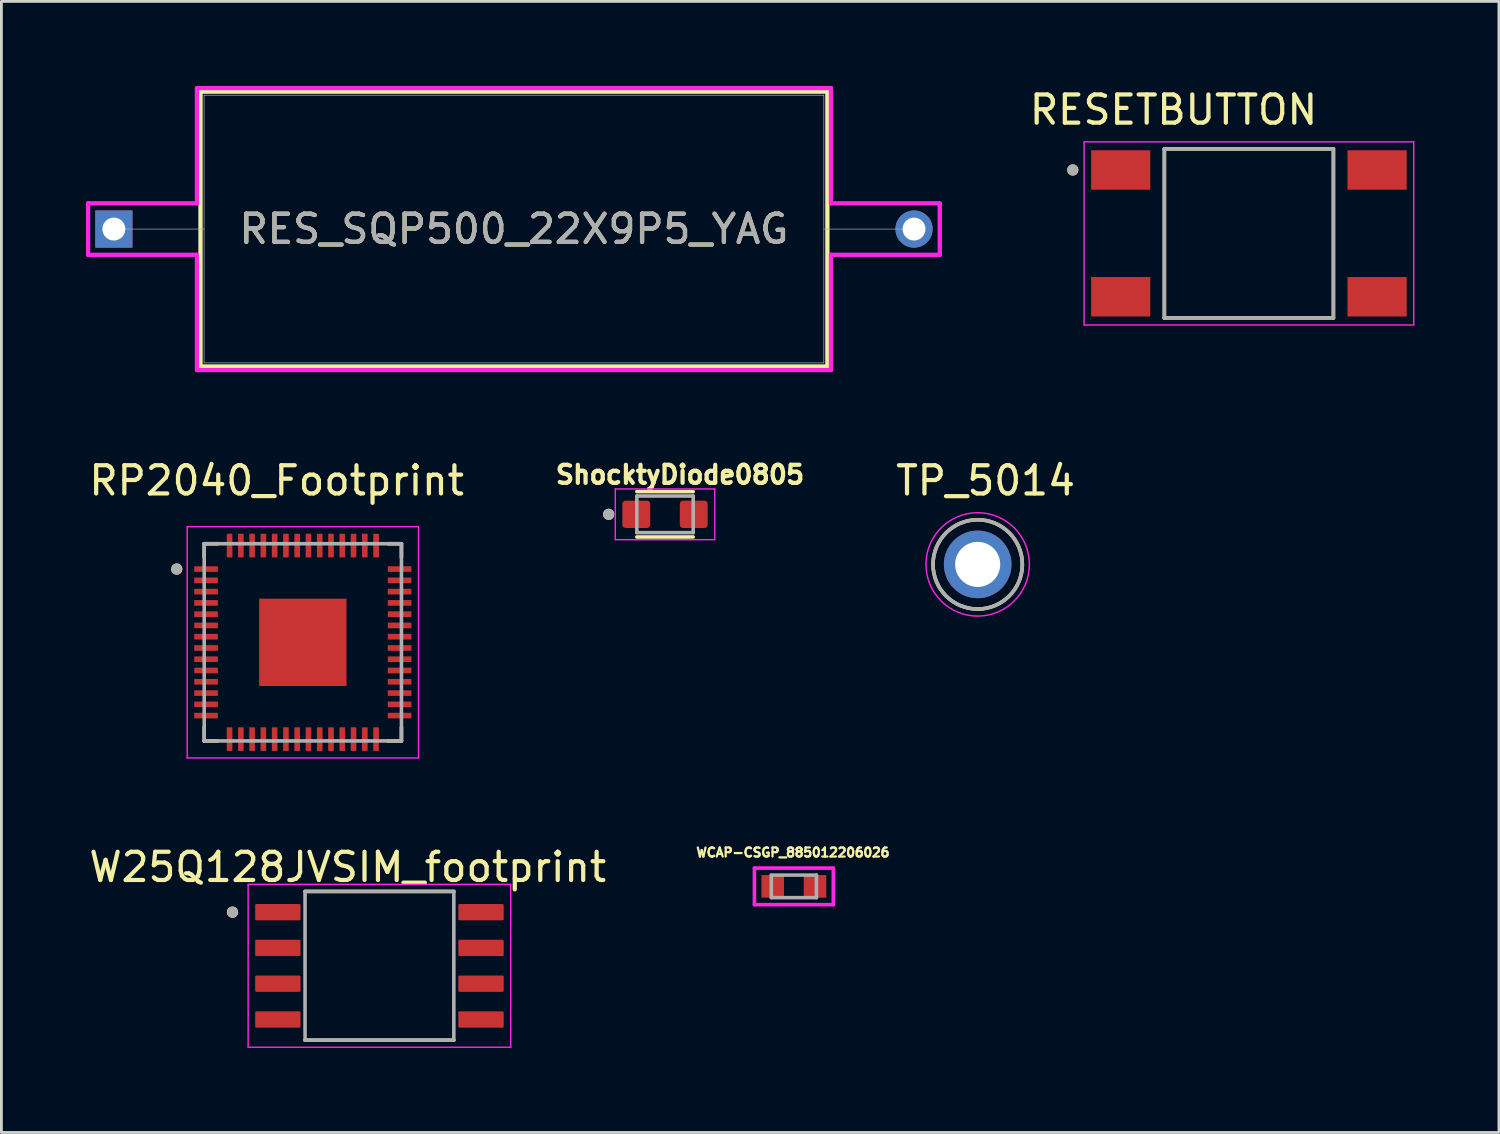
<source format=kicad_pcb>
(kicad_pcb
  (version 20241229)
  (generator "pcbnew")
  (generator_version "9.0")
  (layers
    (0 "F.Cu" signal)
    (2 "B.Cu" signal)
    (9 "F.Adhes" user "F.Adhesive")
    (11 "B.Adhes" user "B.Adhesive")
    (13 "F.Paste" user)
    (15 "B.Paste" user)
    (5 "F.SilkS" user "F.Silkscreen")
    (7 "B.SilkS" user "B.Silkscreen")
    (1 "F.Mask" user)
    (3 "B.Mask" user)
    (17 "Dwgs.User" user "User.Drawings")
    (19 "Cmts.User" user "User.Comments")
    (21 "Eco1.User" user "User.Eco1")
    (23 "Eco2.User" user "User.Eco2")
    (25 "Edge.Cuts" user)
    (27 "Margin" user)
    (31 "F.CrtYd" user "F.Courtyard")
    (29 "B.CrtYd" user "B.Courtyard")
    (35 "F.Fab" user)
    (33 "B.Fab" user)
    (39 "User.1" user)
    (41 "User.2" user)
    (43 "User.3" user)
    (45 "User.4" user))
  (footprint "RESETBUTTON"
    (layer "F.Cu")
    (at 41.276 5.233)
    (property "Reference" "RESETBUTTON" (at -2.675 -4.385 0) (layer "F.SilkS") (effects (font (size 1 1) (thickness 0.15))))
    (attr smd)
    (fp_line (start -3 -3) (end -3 3) (stroke (width 0.127) (type solid)) (layer "F.SilkS"))
    (fp_line (start -3 3) (end 3 3) (stroke (width 0.127) (type solid)) (layer "F.SilkS"))
    (fp_line (start 3 -3) (end -3 -3) (stroke (width 0.127) (type solid)) (layer "F.SilkS"))
    (fp_line (start 3 3) (end 3 -3) (stroke (width 0.127) (type solid)) (layer "F.SilkS"))
    (fp_circle (center -6.25 -2.25) (end -6.15 -2.25) (stroke (width 0.2) (type solid)) (fill no) (layer "F.SilkS"))
    (fp_line (start -5.85 -3.25) (end -5.85 3.25) (stroke (width 0.05) (type solid)) (layer "F.CrtYd"))
    (fp_line (start -5.85 3.25) (end 5.85 3.25) (stroke (width 0.05) (type solid)) (layer "F.CrtYd"))
    (fp_line (start 5.85 -3.25) (end -5.85 -3.25) (stroke (width 0.05) (type solid)) (layer "F.CrtYd"))
    (fp_line (start 5.85 3.25) (end 5.85 -3.25) (stroke (width 0.05) (type solid)) (layer "F.CrtYd"))
    (fp_line (start -3 -3) (end -3 3) (stroke (width 0.127) (type solid)) (layer "F.Fab"))
    (fp_line (start -3 3) (end 3 3) (stroke (width 0.127) (type solid)) (layer "F.Fab"))
    (fp_line (start 3 -3) (end -3 -3) (stroke (width 0.127) (type solid)) (layer "F.Fab"))
    (fp_line (start 3 3) (end 3 -3) (stroke (width 0.127) (type solid)) (layer "F.Fab"))
    (fp_circle (center -6.25 -2.25) (end -6.15 -2.25) (stroke (width 0.2) (type solid)) (fill no) (layer "F.Fab"))
    (pad "1" smd rect (at -4.55 -2.25) (size 2.1 1.4) (layers "F.Cu" "F.Mask" "F.Paste"))
    (pad "2" smd rect (at -4.55 2.25) (size 2.1 1.4) (layers "F.Cu" "F.Mask" "F.Paste"))
    (pad "3" smd rect (at 4.55 -2.25) (size 2.1 1.4) (layers "F.Cu" "F.Mask" "F.Paste"))
    (pad "4" smd rect (at 4.55 2.25) (size 2.1 1.4) (layers "F.Cu" "F.Mask" "F.Paste")))
  (footprint "RP2040_Footprint"
    (layer "F.Cu")
    (at 7.698 19.748)
    (property "Reference" "RP2040_Footprint" (at -0.93 -5.74 0) (layer "F.SilkS") (effects (font (size 1 1) (thickness 0.15))))
    (attr smd)
    (fp_line (start -3.5 -3.5) (end -3.5 -3.02) (stroke (width 0.127) (type solid)) (layer "F.SilkS"))
    (fp_line (start -3.5 -3.5) (end -3.02 -3.5) (stroke (width 0.127) (type solid)) (layer "F.SilkS"))
    (fp_line (start -3.5 3.5) (end -3.5 3.02) (stroke (width 0.127) (type solid)) (layer "F.SilkS"))
    (fp_line (start -3.5 3.5) (end -3.02 3.5) (stroke (width 0.127) (type solid)) (layer "F.SilkS"))
    (fp_line (start 3.5 -3.5) (end 3.02 -3.5) (stroke (width 0.127) (type solid)) (layer "F.SilkS"))
    (fp_line (start 3.5 -3.5) (end 3.5 -3.02) (stroke (width 0.127) (type solid)) (layer "F.SilkS"))
    (fp_line (start 3.5 3.5) (end 3.02 3.5) (stroke (width 0.127) (type solid)) (layer "F.SilkS"))
    (fp_line (start 3.5 3.5) (end 3.5 3.02) (stroke (width 0.127) (type solid)) (layer "F.SilkS"))
    (fp_circle (center -4.475 -2.6) (end -4.375 -2.6) (stroke (width 0.2) (type solid)) (fill no) (layer "F.SilkS"))
    (fp_poly (pts (xy -0.98 -0.98) (xy 0.98 -0.98) (xy 0.98 0.98) (xy -0.98 0.98)) (stroke (width 0.01) (type solid)) (fill yes) (layer "F.Paste"))
    (fp_line (start -4.105 -4.105) (end 4.105 -4.105) (stroke (width 0.05) (type solid)) (layer "F.CrtYd"))
    (fp_line (start -4.105 4.105) (end -4.105 -4.105) (stroke (width 0.05) (type solid)) (layer "F.CrtYd"))
    (fp_line (start -4.105 4.105) (end 4.105 4.105) (stroke (width 0.05) (type solid)) (layer "F.CrtYd"))
    (fp_line (start 4.105 4.105) (end 4.105 -4.105) (stroke (width 0.05) (type solid)) (layer "F.CrtYd"))
    (fp_line (start -3.5 3.5) (end -3.5 -3.5) (stroke (width 0.127) (type solid)) (layer "F.Fab"))
    (fp_line (start 3.5 -3.5) (end -3.5 -3.5) (stroke (width 0.127) (type solid)) (layer "F.Fab"))
    (fp_line (start 3.5 3.5) (end -3.5 3.5) (stroke (width 0.127) (type solid)) (layer "F.Fab"))
    (fp_line (start 3.5 3.5) (end 3.5 -3.5) (stroke (width 0.127) (type solid)) (layer "F.Fab"))
    (fp_circle (center -4.475 -2.6) (end -4.375 -2.6) (stroke (width 0.2) (type solid)) (fill no) (layer "F.Fab"))
    (pad "1" smd roundrect (at -3.435 -2.6) (size 0.84 0.2) (layers "F.Cu" "F.Mask" "F.Paste") (roundrect_rratio 0.03))
    (pad "2" smd roundrect (at -3.435 -2.2) (size 0.84 0.2) (layers "F.Cu" "F.Mask" "F.Paste") (roundrect_rratio 0.03))
    (pad "3" smd roundrect (at -3.435 -1.8) (size 0.84 0.2) (layers "F.Cu" "F.Mask" "F.Paste") (roundrect_rratio 0.03))
    (pad "4" smd roundrect (at -3.435 -1.4) (size 0.84 0.2) (layers "F.Cu" "F.Mask" "F.Paste") (roundrect_rratio 0.03))
    (pad "5" smd roundrect (at -3.435 -1) (size 0.84 0.2) (layers "F.Cu" "F.Mask" "F.Paste") (roundrect_rratio 0.03))
    (pad "6" smd roundrect (at -3.435 -0.6) (size 0.84 0.2) (layers "F.Cu" "F.Mask" "F.Paste") (roundrect_rratio 0.03))
    (pad "7" smd roundrect (at -3.435 -0.2) (size 0.84 0.2) (layers "F.Cu" "F.Mask" "F.Paste") (roundrect_rratio 0.03))
    (pad "8" smd roundrect (at -3.435 0.2) (size 0.84 0.2) (layers "F.Cu" "F.Mask" "F.Paste") (roundrect_rratio 0.03))
    (pad "9" smd roundrect (at -3.435 0.6) (size 0.84 0.2) (layers "F.Cu" "F.Mask" "F.Paste") (roundrect_rratio 0.03))
    (pad "10" smd roundrect (at -3.435 1) (size 0.84 0.2) (layers "F.Cu" "F.Mask" "F.Paste") (roundrect_rratio 0.03))
    (pad "11" smd roundrect (at -3.435 1.4) (size 0.84 0.2) (layers "F.Cu" "F.Mask" "F.Paste") (roundrect_rratio 0.03))
    (pad "12" smd roundrect (at -3.435 1.8) (size 0.84 0.2) (layers "F.Cu" "F.Mask" "F.Paste") (roundrect_rratio 0.03))
    (pad "13" smd roundrect (at -3.435 2.2) (size 0.84 0.2) (layers "F.Cu" "F.Mask" "F.Paste") (roundrect_rratio 0.03))
    (pad "14" smd roundrect (at -3.435 2.6) (size 0.84 0.2) (layers "F.Cu" "F.Mask" "F.Paste") (roundrect_rratio 0.03))
    (pad "15" smd roundrect (at -2.6 3.435) (size 0.2 0.84) (layers "F.Cu" "F.Mask" "F.Paste") (roundrect_rratio 0.1))
    (pad "16" smd roundrect (at -2.2 3.435) (size 0.2 0.84) (layers "F.Cu" "F.Mask" "F.Paste") (roundrect_rratio 0.1))
    (pad "17" smd roundrect (at -1.8 3.435) (size 0.2 0.84) (layers "F.Cu" "F.Mask" "F.Paste") (roundrect_rratio 0.1))
    (pad "18" smd roundrect (at -1.4 3.435) (size 0.2 0.84) (layers "F.Cu" "F.Mask" "F.Paste") (roundrect_rratio 0.1))
    (pad "19" smd roundrect (at -1 3.435) (size 0.2 0.84) (layers "F.Cu" "F.Mask" "F.Paste") (roundrect_rratio 0.1))
    (pad "20" smd roundrect (at -0.6 3.435) (size 0.2 0.84) (layers "F.Cu" "F.Mask" "F.Paste") (roundrect_rratio 0.1))
    (pad "21" smd roundrect (at -0.2 3.435) (size 0.2 0.84) (layers "F.Cu" "F.Mask" "F.Paste") (roundrect_rratio 0.1))
    (pad "22" smd roundrect (at 0.2 3.435) (size 0.2 0.84) (layers "F.Cu" "F.Mask" "F.Paste") (roundrect_rratio 0.1))
    (pad "23" smd roundrect (at 0.6 3.435) (size 0.2 0.84) (layers "F.Cu" "F.Mask" "F.Paste") (roundrect_rratio 0.1))
    (pad "24" smd roundrect (at 1 3.435) (size 0.2 0.84) (layers "F.Cu" "F.Mask" "F.Paste") (roundrect_rratio 0.1))
    (pad "25" smd roundrect (at 1.4 3.435) (size 0.2 0.84) (layers "F.Cu" "F.Mask" "F.Paste") (roundrect_rratio 0.1))
    (pad "26" smd roundrect (at 1.8 3.435) (size 0.2 0.84) (layers "F.Cu" "F.Mask" "F.Paste") (roundrect_rratio 0.1))
    (pad "27" smd roundrect (at 2.2 3.435) (size 0.2 0.84) (layers "F.Cu" "F.Mask" "F.Paste") (roundrect_rratio 0.1))
    (pad "28" smd roundrect (at 2.6 3.435) (size 0.2 0.84) (layers "F.Cu" "F.Mask" "F.Paste") (roundrect_rratio 0.1))
    (pad "29" smd roundrect (at 3.435 2.6) (size 0.84 0.2) (layers "F.Cu" "F.Mask" "F.Paste") (roundrect_rratio 0.03))
    (pad "30" smd roundrect (at 3.435 2.2) (size 0.84 0.2) (layers "F.Cu" "F.Mask" "F.Paste") (roundrect_rratio 0.03))
    (pad "31" smd roundrect (at 3.435 1.8) (size 0.84 0.2) (layers "F.Cu" "F.Mask" "F.Paste") (roundrect_rratio 0.03))
    (pad "32" smd roundrect (at 3.435 1.4) (size 0.84 0.2) (layers "F.Cu" "F.Mask" "F.Paste") (roundrect_rratio 0.03))
    (pad "33" smd roundrect (at 3.435 1) (size 0.84 0.2) (layers "F.Cu" "F.Mask" "F.Paste") (roundrect_rratio 0.03))
    (pad "34" smd roundrect (at 3.435 0.6) (size 0.84 0.2) (layers "F.Cu" "F.Mask" "F.Paste") (roundrect_rratio 0.03))
    (pad "35" smd roundrect (at 3.435 0.2) (size 0.84 0.2) (layers "F.Cu" "F.Mask" "F.Paste") (roundrect_rratio 0.03))
    (pad "36" smd roundrect (at 3.435 -0.2) (size 0.84 0.2) (layers "F.Cu" "F.Mask" "F.Paste") (roundrect_rratio 0.03))
    (pad "37" smd roundrect (at 3.435 -0.6) (size 0.84 0.2) (layers "F.Cu" "F.Mask" "F.Paste") (roundrect_rratio 0.03))
    (pad "38" smd roundrect (at 3.435 -1) (size 0.84 0.2) (layers "F.Cu" "F.Mask" "F.Paste") (roundrect_rratio 0.03))
    (pad "39" smd roundrect (at 3.435 -1.4) (size 0.84 0.2) (layers "F.Cu" "F.Mask" "F.Paste") (roundrect_rratio 0.03))
    (pad "40" smd roundrect (at 3.435 -1.8) (size 0.84 0.2) (layers "F.Cu" "F.Mask" "F.Paste") (roundrect_rratio 0.03))
    (pad "41" smd roundrect (at 3.435 -2.2) (size 0.84 0.2) (layers "F.Cu" "F.Mask" "F.Paste") (roundrect_rratio 0.03))
    (pad "42" smd roundrect (at 3.435 -2.6) (size 0.84 0.2) (layers "F.Cu" "F.Mask" "F.Paste") (roundrect_rratio 0.03))
    (pad "43" smd roundrect (at 2.6 -3.435) (size 0.2 0.84) (layers "F.Cu" "F.Mask" "F.Paste") (roundrect_rratio 0.1))
    (pad "44" smd roundrect (at 2.2 -3.435) (size 0.2 0.84) (layers "F.Cu" "F.Mask" "F.Paste") (roundrect_rratio 0.1))
    (pad "45" smd roundrect (at 1.8 -3.435) (size 0.2 0.84) (layers "F.Cu" "F.Mask" "F.Paste") (roundrect_rratio 0.1))
    (pad "46" smd roundrect (at 1.4 -3.435) (size 0.2 0.84) (layers "F.Cu" "F.Mask" "F.Paste") (roundrect_rratio 0.1))
    (pad "47" smd roundrect (at 1 -3.435) (size 0.2 0.84) (layers "F.Cu" "F.Mask" "F.Paste") (roundrect_rratio 0.1))
    (pad "48" smd roundrect (at 0.6 -3.435) (size 0.2 0.84) (layers "F.Cu" "F.Mask" "F.Paste") (roundrect_rratio 0.1))
    (pad "49" smd roundrect (at 0.2 -3.435) (size 0.2 0.84) (layers "F.Cu" "F.Mask" "F.Paste") (roundrect_rratio 0.1))
    (pad "50" smd roundrect (at -0.2 -3.435) (size 0.2 0.84) (layers "F.Cu" "F.Mask" "F.Paste") (roundrect_rratio 0.1))
    (pad "51" smd roundrect (at -0.6 -3.435) (size 0.2 0.84) (layers "F.Cu" "F.Mask" "F.Paste") (roundrect_rratio 0.1))
    (pad "52" smd roundrect (at -1 -3.435) (size 0.2 0.84) (layers "F.Cu" "F.Mask" "F.Paste") (roundrect_rratio 0.1))
    (pad "53" smd roundrect (at -1.4 -3.435) (size 0.2 0.84) (layers "F.Cu" "F.Mask" "F.Paste") (roundrect_rratio 0.1))
    (pad "54" smd roundrect (at -1.8 -3.435) (size 0.2 0.84) (layers "F.Cu" "F.Mask" "F.Paste") (roundrect_rratio 0.1))
    (pad "55" smd roundrect (at -2.2 -3.435) (size 0.2 0.84) (layers "F.Cu" "F.Mask" "F.Paste") (roundrect_rratio 0.1))
    (pad "56" smd roundrect (at -2.6 -3.435) (size 0.2 0.84) (layers "F.Cu" "F.Mask" "F.Paste") (roundrect_rratio 0.1))
    (pad "57" smd rect (at 0 0) (size 3.1 3.1) (layers "F.Cu" "F.Mask")))
  (footprint "RES_SQP500_22X9P5_YAG"
    (layer "F.Cu")
    (at 0.991 5.08)
    (property "Reference" "RES_SQP500_22X9P5_YAG" (at 14.2 0 0) (unlocked yes) (layer "F.SilkS") (effects (font (size 1 1) (thickness 0.15))))
    (attr through_hole)
    (fp_line (start 3.075 -4.877) (end 3.075 4.877) (stroke (width 0.152) (type solid)) (layer "F.SilkS"))
    (fp_line (start 3.075 4.877) (end 25.325 4.877) (stroke (width 0.152) (type solid)) (layer "F.SilkS"))
    (fp_line (start 25.325 -4.877) (end 3.075 -4.877) (stroke (width 0.152) (type solid)) (layer "F.SilkS"))
    (fp_line (start 25.325 4.877) (end 25.325 -4.877) (stroke (width 0.152) (type solid)) (layer "F.SilkS"))
    (fp_line (start -0.914 -0.914) (end 2.948 -0.914) (stroke (width 0.152) (type solid)) (layer "F.CrtYd"))
    (fp_line (start -0.914 0.914) (end -0.914 -0.914) (stroke (width 0.152) (type solid)) (layer "F.CrtYd"))
    (fp_line (start 2.948 -5.004) (end 25.452 -5.004) (stroke (width 0.152) (type solid)) (layer "F.CrtYd"))
    (fp_line (start 2.948 -0.914) (end 2.948 -5.004) (stroke (width 0.152) (type solid)) (layer "F.CrtYd"))
    (fp_line (start 2.948 0.914) (end -0.914 0.914) (stroke (width 0.152) (type solid)) (layer "F.CrtYd"))
    (fp_line (start 2.948 5.004) (end 2.948 0.914) (stroke (width 0.152) (type solid)) (layer "F.CrtYd"))
    (fp_line (start 25.452 -5.004) (end 25.452 -0.914) (stroke (width 0.152) (type solid)) (layer "F.CrtYd"))
    (fp_line (start 25.452 -0.914) (end 29.314 -0.914) (stroke (width 0.152) (type solid)) (layer "F.CrtYd"))
    (fp_line (start 25.452 0.914) (end 25.452 5.004) (stroke (width 0.152) (type solid)) (layer "F.CrtYd"))
    (fp_line (start 25.452 5.004) (end 2.948 5.004) (stroke (width 0.152) (type solid)) (layer "F.CrtYd"))
    (fp_line (start 29.314 -0.914) (end 29.314 0.914) (stroke (width 0.152) (type solid)) (layer "F.CrtYd"))
    (fp_line (start 29.314 0.914) (end 25.452 0.914) (stroke (width 0.152) (type solid)) (layer "F.CrtYd"))
    (fp_line (start 0 0) (end 3.202 0) (stroke (width 0.025) (type solid)) (layer "F.Fab"))
    (fp_line (start 3.202 -4.75) (end 3.202 4.75) (stroke (width 0.025) (type solid)) (layer "F.Fab"))
    (fp_line (start 3.202 4.75) (end 25.198 4.75) (stroke (width 0.025) (type solid)) (layer "F.Fab"))
    (fp_line (start 25.198 -4.75) (end 3.202 -4.75) (stroke (width 0.025) (type solid)) (layer "F.Fab"))
    (fp_line (start 25.198 4.75) (end 25.198 -4.75) (stroke (width 0.025) (type solid)) (layer "F.Fab"))
    (fp_line (start 28.4 0) (end 25.198 0) (stroke (width 0.025) (type solid)) (layer "F.Fab"))
    (fp_text user "${REFERENCE}" (at 14.2 0 0) (unlocked yes) (layer "F.Fab") (effects (font (size 1 1) (thickness 0.15))))
    (pad "1" thru_hole rect (at 0 0) (size 1.321 1.321) (drill 0.813) (layers "*.Cu" "*.Mask"))
    (pad "2" thru_hole circle (at 28.4 0) (size 1.321 1.321) (drill 0.813) (layers "*.Cu" "*.Mask")))
  (footprint "WCAP-CSGP_885012206026"
    (layer "F.Cu")
    (at 25.126 28.409)
    (property "Reference" "WCAP-CSGP_885012206026" (at -0.034 -1.203 0) (layer "F.SilkS") (effects (font (size 0.32 0.32) (thickness 0.15))))
    (attr smd)
    (fp_line (start -1.4 -0.65) (end 1.4 -0.65) (stroke (width 0.127) (type solid)) (layer "F.CrtYd"))
    (fp_line (start -1.4 0.65) (end -1.4 -0.65) (stroke (width 0.127) (type solid)) (layer "F.CrtYd"))
    (fp_line (start -1.4 0.65) (end 1.4 0.65) (stroke (width 0.127) (type solid)) (layer "F.CrtYd"))
    (fp_line (start 1.4 -0.65) (end 1.4 0.65) (stroke (width 0.127) (type solid)) (layer "F.CrtYd"))
    (fp_line (start -0.8 -0.4) (end -0.8 0.4) (stroke (width 0.127) (type solid)) (layer "F.Fab"))
    (fp_line (start -0.8 -0.4) (end 0.8 -0.4) (stroke (width 0.127) (type solid)) (layer "F.Fab"))
    (fp_line (start -0.8 0.4) (end 0.8 0.4) (stroke (width 0.127) (type solid)) (layer "F.Fab"))
    (fp_line (start 0.8 0.4) (end 0.8 -0.4) (stroke (width 0.127) (type solid)) (layer "F.Fab"))
    (pad "1" smd rect (at -0.75 0) (size 0.8 0.8) (layers "F.Cu" "F.Mask" "F.Paste"))
    (pad "2" smd rect (at 0.75 0) (size 0.8 0.8) (layers "F.Cu" "F.Mask" "F.Paste")))
  (footprint "TP_5014"
    (layer "F.Cu")
    (at 31.65 16.982)
    (property "Reference" "TP_5014" (at 0.28 -2.973 0) (layer "F.SilkS") (effects (font (size 1.001 1.001) (thickness 0.15))))
    (attr through_hole)
    (fp_circle (center 0 0) (end 1.585 0) (stroke (width 0.127) (type solid)) (fill no) (layer "F.SilkS"))
    (fp_circle (center 0 0) (end 1.835 0) (stroke (width 0.05) (type solid)) (fill no) (layer "F.CrtYd"))
    (fp_circle (center 0 0) (end 1.585 0) (stroke (width 0.127) (type solid)) (fill no) (layer "F.Fab"))
    (pad "TP" thru_hole circle (at 0 0) (size 2.4 2.4) (drill 1.6) (layers "*.Cu" "*.Mask")))
  (footprint "W25Q128JVSIM_footprint"
    (layer "F.Cu")
    (at 10.417 31.229)
    (property "Reference" "W25Q128JVSIM_footprint" (at -1.125 -3.502 0) (layer "F.SilkS") (effects (font (size 1 1) (thickness 0.15))))
    (attr smd)
    (fp_line (start -2.64 -2.64) (end 2.64 -2.64) (stroke (width 0.127) (type solid)) (layer "F.SilkS"))
    (fp_line (start -2.64 2.64) (end 2.64 2.64) (stroke (width 0.127) (type solid)) (layer "F.SilkS"))
    (fp_circle (center -5.215 -1.905) (end -5.115 -1.905) (stroke (width 0.2) (type solid)) (fill no) (layer "F.SilkS"))
    (fp_line (start -4.66 -2.89) (end -4.66 2.89) (stroke (width 0.05) (type solid)) (layer "F.CrtYd"))
    (fp_line (start -4.66 -2.89) (end 4.66 -2.89) (stroke (width 0.05) (type solid)) (layer "F.CrtYd"))
    (fp_line (start -4.66 2.89) (end 4.66 2.89) (stroke (width 0.05) (type solid)) (layer "F.CrtYd"))
    (fp_line (start 4.66 -2.89) (end 4.66 2.89) (stroke (width 0.05) (type solid)) (layer "F.CrtYd"))
    (fp_line (start -2.64 -2.64) (end -2.64 2.64) (stroke (width 0.127) (type solid)) (layer "F.Fab"))
    (fp_line (start -2.64 -2.64) (end 2.64 -2.64) (stroke (width 0.127) (type solid)) (layer "F.Fab"))
    (fp_line (start -2.64 2.64) (end 2.64 2.64) (stroke (width 0.127) (type solid)) (layer "F.Fab"))
    (fp_line (start 2.64 -2.64) (end 2.64 2.64) (stroke (width 0.127) (type solid)) (layer "F.Fab"))
    (fp_circle (center -5.215 -1.905) (end -5.115 -1.905) (stroke (width 0.2) (type solid)) (fill no) (layer "F.Fab"))
    (pad "1" smd roundrect (at -3.605 -1.905) (size 1.61 0.58) (layers "F.Cu" "F.Mask" "F.Paste") (roundrect_rratio 0.07))
    (pad "2" smd roundrect (at -3.605 -0.635) (size 1.61 0.58) (layers "F.Cu" "F.Mask" "F.Paste") (roundrect_rratio 0.07))
    (pad "3" smd roundrect (at -3.605 0.635) (size 1.61 0.58) (layers "F.Cu" "F.Mask" "F.Paste") (roundrect_rratio 0.07))
    (pad "4" smd roundrect (at -3.605 1.905) (size 1.61 0.58) (layers "F.Cu" "F.Mask" "F.Paste") (roundrect_rratio 0.07))
    (pad "5" smd roundrect (at 3.605 1.905) (size 1.61 0.58) (layers "F.Cu" "F.Mask" "F.Paste") (roundrect_rratio 0.07))
    (pad "6" smd roundrect (at 3.605 0.635) (size 1.61 0.58) (layers "F.Cu" "F.Mask" "F.Paste") (roundrect_rratio 0.07))
    (pad "7" smd roundrect (at 3.605 -0.635) (size 1.61 0.58) (layers "F.Cu" "F.Mask" "F.Paste") (roundrect_rratio 0.07))
    (pad "8" smd roundrect (at 3.605 -1.905) (size 1.61 0.58) (layers "F.Cu" "F.Mask" "F.Paste") (roundrect_rratio 0.07)))
  (footprint "ShocktyDiode0805"
    (layer "F.Cu")
    (at 20.553 15.204)
    (property "Reference" "ShocktyDiode0805" (at 0.532 -1.406 0) (layer "F.SilkS") (effects (font (size 0.64 0.64) (thickness 0.15))))
    (attr smd)
    (fp_line (start -1 -0.805) (end 1 -0.805) (stroke (width 0.127) (type solid)) (layer "F.SilkS"))
    (fp_line (start -1 0.805) (end 1 0.805) (stroke (width 0.127) (type solid)) (layer "F.SilkS"))
    (fp_circle (center -2 0) (end -1.9 0) (stroke (width 0.2) (type solid)) (fill no) (layer "F.SilkS"))
    (fp_line (start -1.765 -0.9) (end -1.765 0.9) (stroke (width 0.05) (type solid)) (layer "F.CrtYd"))
    (fp_line (start -1.765 -0.9) (end 1.765 -0.9) (stroke (width 0.05) (type solid)) (layer "F.CrtYd"))
    (fp_line (start 1.765 0.9) (end -1.765 0.9) (stroke (width 0.05) (type solid)) (layer "F.CrtYd"))
    (fp_line (start 1.765 0.9) (end 1.765 -0.9) (stroke (width 0.05) (type solid)) (layer "F.CrtYd"))
    (fp_line (start -1 -0.65) (end -1 0.65) (stroke (width 0.127) (type solid)) (layer "F.Fab"))
    (fp_line (start -1 -0.65) (end 1 -0.65) (stroke (width 0.127) (type solid)) (layer "F.Fab"))
    (fp_line (start 1 0.65) (end -1 0.65) (stroke (width 0.127) (type solid)) (layer "F.Fab"))
    (fp_line (start 1 0.65) (end 1 -0.65) (stroke (width 0.127) (type solid)) (layer "F.Fab"))
    (fp_circle (center -2 0) (end -1.9 0) (stroke (width 0.2) (type solid)) (fill no) (layer "F.Fab"))
    (pad "A" smd roundrect (at 1.02 0) (size 0.99 0.97) (layers "F.Cu" "F.Mask" "F.Paste") (roundrect_rratio 0.12))
    (pad "C" smd roundrect (at -1.02 0) (size 0.99 0.97) (layers "F.Cu" "F.Mask" "F.Paste") (roundrect_rratio 0.12)))
  (gr_rect
    (start -3 -3)
    (end 50.151 37.144)
    (stroke (width 0.1) (type default))
    (fill no)
    (layer "Edge.Cuts")))
</source>
